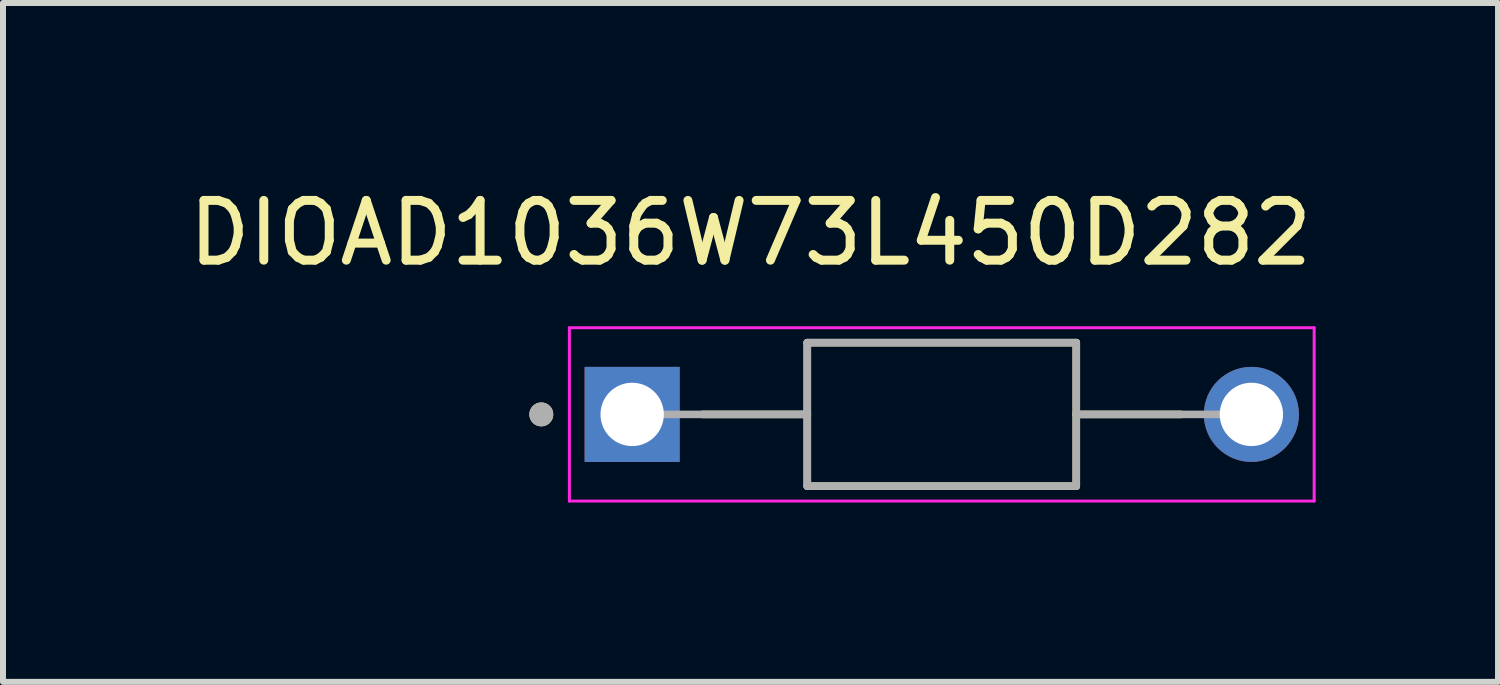
<source format=kicad_pcb>
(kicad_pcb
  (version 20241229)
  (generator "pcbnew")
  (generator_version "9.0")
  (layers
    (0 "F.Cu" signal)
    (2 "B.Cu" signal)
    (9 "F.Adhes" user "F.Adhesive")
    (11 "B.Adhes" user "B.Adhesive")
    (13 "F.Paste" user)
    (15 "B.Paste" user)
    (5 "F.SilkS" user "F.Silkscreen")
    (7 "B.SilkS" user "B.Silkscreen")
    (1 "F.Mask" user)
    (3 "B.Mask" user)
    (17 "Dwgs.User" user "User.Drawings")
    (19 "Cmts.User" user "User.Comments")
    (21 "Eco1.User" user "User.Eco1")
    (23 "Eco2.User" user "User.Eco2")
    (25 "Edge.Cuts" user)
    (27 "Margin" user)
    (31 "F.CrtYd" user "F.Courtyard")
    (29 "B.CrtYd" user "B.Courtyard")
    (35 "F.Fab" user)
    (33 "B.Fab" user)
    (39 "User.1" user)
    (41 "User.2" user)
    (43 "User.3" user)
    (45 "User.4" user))
  (footprint "DIOAD1036W73L450D282"
    (layer "F.Cu")
    (at 12.706 3.883)
    (property "Reference" "DIOAD1036W73L450D282" (at -3.2 -3.035 0) (layer "F.SilkS") (effects (font (size 1 1) (thickness 0.15))))
    (attr through_hole)
    (fp_line (start -2.25 -1.2) (end -2.25 0) (stroke (width 0.127) (type solid)) (layer "F.SilkS"))
    (fp_line (start -2.25 0) (end -4 0) (stroke (width 0.127) (type solid)) (layer "F.SilkS"))
    (fp_line (start -2.25 0) (end -2.25 1.2) (stroke (width 0.127) (type solid)) (layer "F.SilkS"))
    (fp_line (start -2.25 1.2) (end 2.25 1.2) (stroke (width 0.127) (type solid)) (layer "F.SilkS"))
    (fp_line (start 2.25 -1.2) (end -2.25 -1.2) (stroke (width 0.127) (type solid)) (layer "F.SilkS"))
    (fp_line (start 2.25 0) (end 2.25 -1.2) (stroke (width 0.127) (type solid)) (layer "F.SilkS"))
    (fp_line (start 2.25 0) (end 4 0) (stroke (width 0.127) (type solid)) (layer "F.SilkS"))
    (fp_line (start 2.25 1.2) (end 2.25 0) (stroke (width 0.127) (type solid)) (layer "F.SilkS"))
    (fp_circle (center -6.7 0) (end -6.6 0) (stroke (width 0.2) (type solid)) (fill no) (layer "F.SilkS"))
    (fp_line (start -6.23 -1.45) (end -6.23 1.45) (stroke (width 0.05) (type solid)) (layer "F.CrtYd"))
    (fp_line (start -6.23 1.45) (end 6.23 1.45) (stroke (width 0.05) (type solid)) (layer "F.CrtYd"))
    (fp_line (start 6.23 -1.45) (end -6.23 -1.45) (stroke (width 0.05) (type solid)) (layer "F.CrtYd"))
    (fp_line (start 6.23 1.45) (end 6.23 -1.45) (stroke (width 0.05) (type solid)) (layer "F.CrtYd"))
    (fp_line (start -2.25 -1.2) (end -2.25 0) (stroke (width 0.127) (type solid)) (layer "F.Fab"))
    (fp_line (start -2.25 0) (end -5.18 0) (stroke (width 0.127) (type solid)) (layer "F.Fab"))
    (fp_line (start -2.25 0) (end -2.25 1.2) (stroke (width 0.127) (type solid)) (layer "F.Fab"))
    (fp_line (start -2.25 1.2) (end 2.25 1.2) (stroke (width 0.127) (type solid)) (layer "F.Fab"))
    (fp_line (start 2.25 -1.2) (end -2.25 -1.2) (stroke (width 0.127) (type solid)) (layer "F.Fab"))
    (fp_line (start 2.25 0) (end 2.25 -1.2) (stroke (width 0.127) (type solid)) (layer "F.Fab"))
    (fp_line (start 2.25 0) (end 5.18 0) (stroke (width 0.127) (type solid)) (layer "F.Fab"))
    (fp_line (start 2.25 1.2) (end 2.25 0) (stroke (width 0.127) (type solid)) (layer "F.Fab"))
    (fp_circle (center -6.7 0) (end -6.6 0) (stroke (width 0.2) (type solid)) (fill no) (layer "F.Fab"))
    (pad "A" thru_hole circle (at 5.18 0) (size 1.59 1.59) (drill 1.06) (layers "*.Cu" "*.Mask"))
    (pad "C" thru_hole rect (at -5.18 0) (size 1.59 1.59) (drill 1.06) (layers "*.Cu" "*.Mask")))
  (gr_rect
    (start -3 -3)
    (end 22.012 8.358)
    (stroke (width 0.1) (type default))
    (fill no)
    (layer "Edge.Cuts")))
</source>
